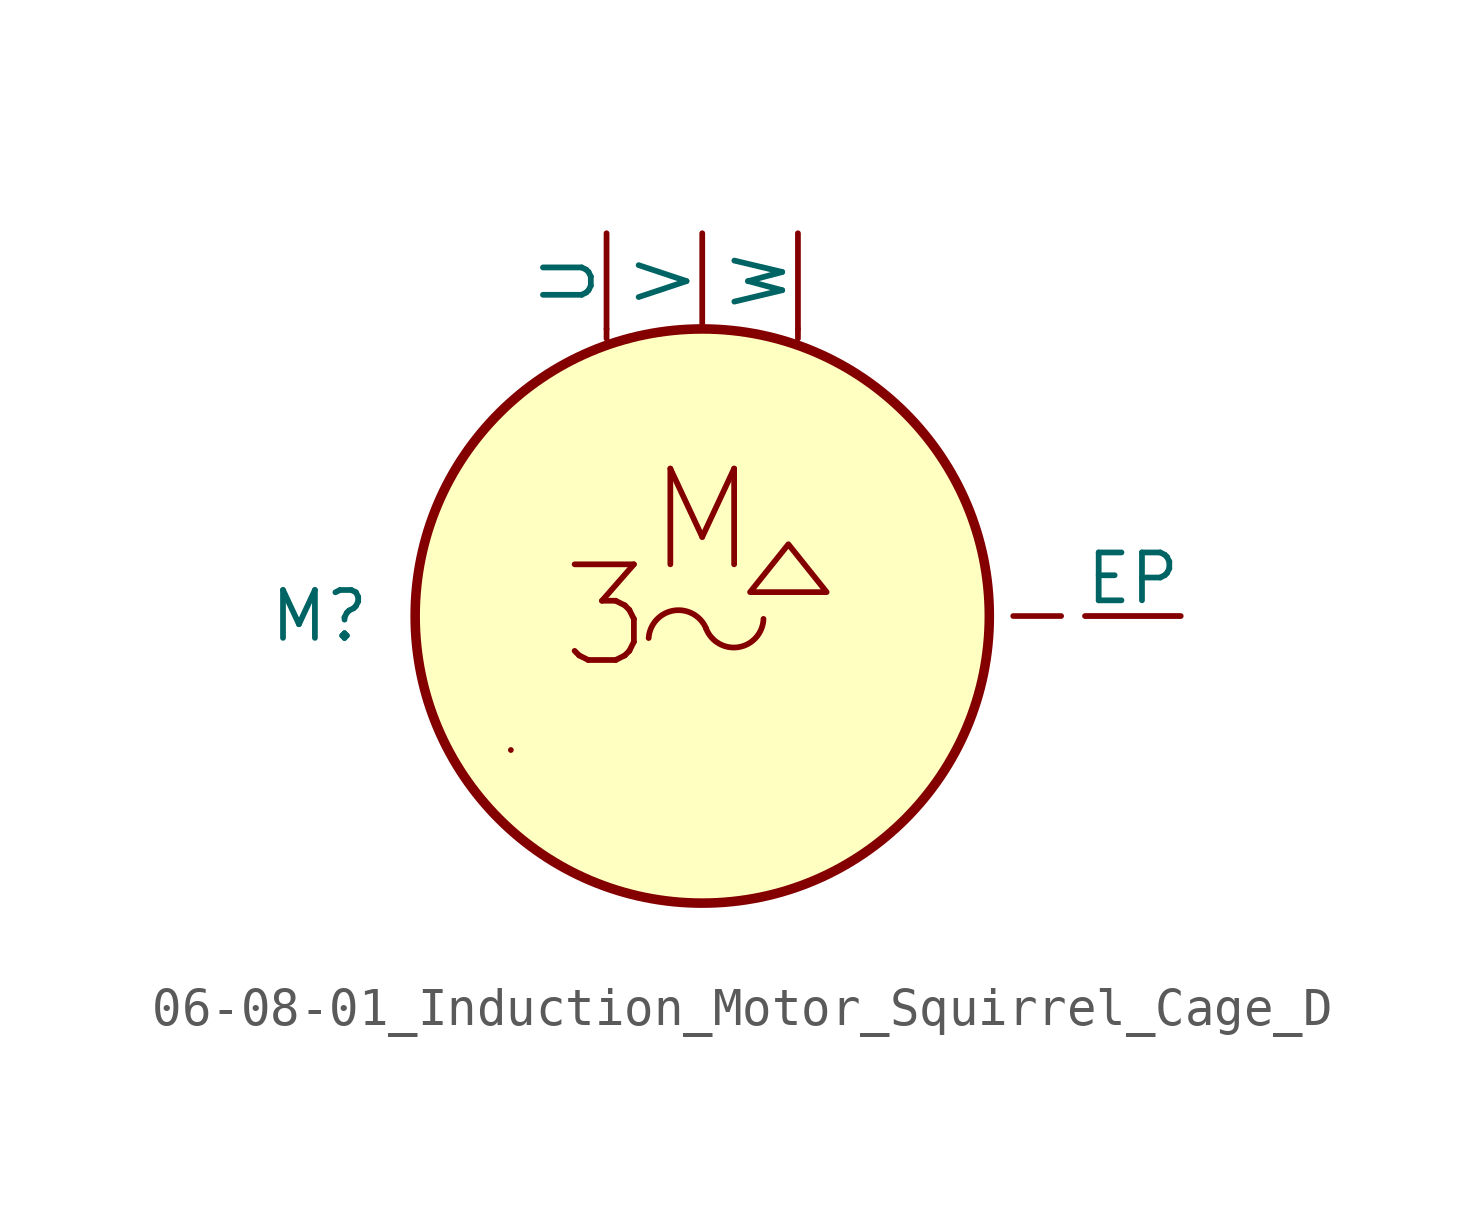
<source format=kicad_sym>
(kicad_symbol_lib
  (version 20201005)
  (generator kicad_symbol_editor)
  (symbol "Symbol_IEC_60617-6:06-08-01_Induction_Motor_Squirrel_Cage_D"
    (pin_numbers hide)
    (pin_names
      (offset 0))
    (property "Reference" "M"
      (at -10.16 0 0)
      (effects (font (size 1.27 1.27))))
    (symbol "06-08-01_Induction_Motor_Squirrel_Cage_D_0_1"
      (circle (center 0 0) (radius 7.62) (stroke (width 0.254)) (fill (type background)))
      (polyline (pts (xy -5.08 -3.556) (xy -5.08 -3.556)) (stroke (width 0)) (fill (type none)))
      (polyline (pts (xy -2.54 7.62) (xy -2.54 7.366)) (stroke (width 0.152)) (fill (type none)))
      (polyline (pts (xy 2.54 7.62) (xy 2.54 7.366)) (stroke (width 0.152)) (fill (type none))))
    (symbol "06-08-01_Induction_Motor_Squirrel_Cage_D_1_1"
      (arc (start 0.1016 -0.3302) (end -1.4224 -0.5842) (radius (at -0.635 -0.635) (length 0.7874) (angles 22.5 176.3)) (stroke (width 0)) (fill (type none)))
      (arc (start 1.6256 -0.0762) (end 0.1016 -0.3302) (radius (at 0.8128 -0.0254) (length 0.762) (angles -3.6 -156.8)) (stroke (width 0)) (fill (type none)))
      (text "3" (at -2.54 0 0) (effects (font (size 2.54 2.54))))
      (text "M" (at 0 2.54 0) (effects (font (size 2.54 2.54))))
      (polyline (pts (xy 9.525 0) (xy 8.255 0)) (stroke (width 0.152)) (fill (type none)))
      (polyline (pts (xy 1.27 0.635) (xy 3.175 0.635) (xy 3.302 0.635) (xy 2.286 1.905) (xy 1.27 0.635)) (stroke (width 0)) (fill (type none)))
      (pin passive line (at -2.54 10.16 270) (length 2.54) (name "U" (effects (font (size 1.27 1.27)))) (number "1" (effects (font (size 1.27 1.27)))))
      (pin passive line (at 0 10.16 270) (length 2.54) (name "V" (effects (font (size 1.27 1.27)))) (number "2" (effects (font (size 1.27 1.27)))))
      (pin passive line (at 2.54 10.16 270) (length 2.54) (name "W" (effects (font (size 1.27 1.27)))) (number "3" (effects (font (size 1.27 1.27)))))
      (pin passive line (at 12.7 0 180) (length 2.54) (name "EP" (effects (font (size 1.27 1.27)))) (number "~" (effects (font (size 1.27 1.27))))))))
</source>
